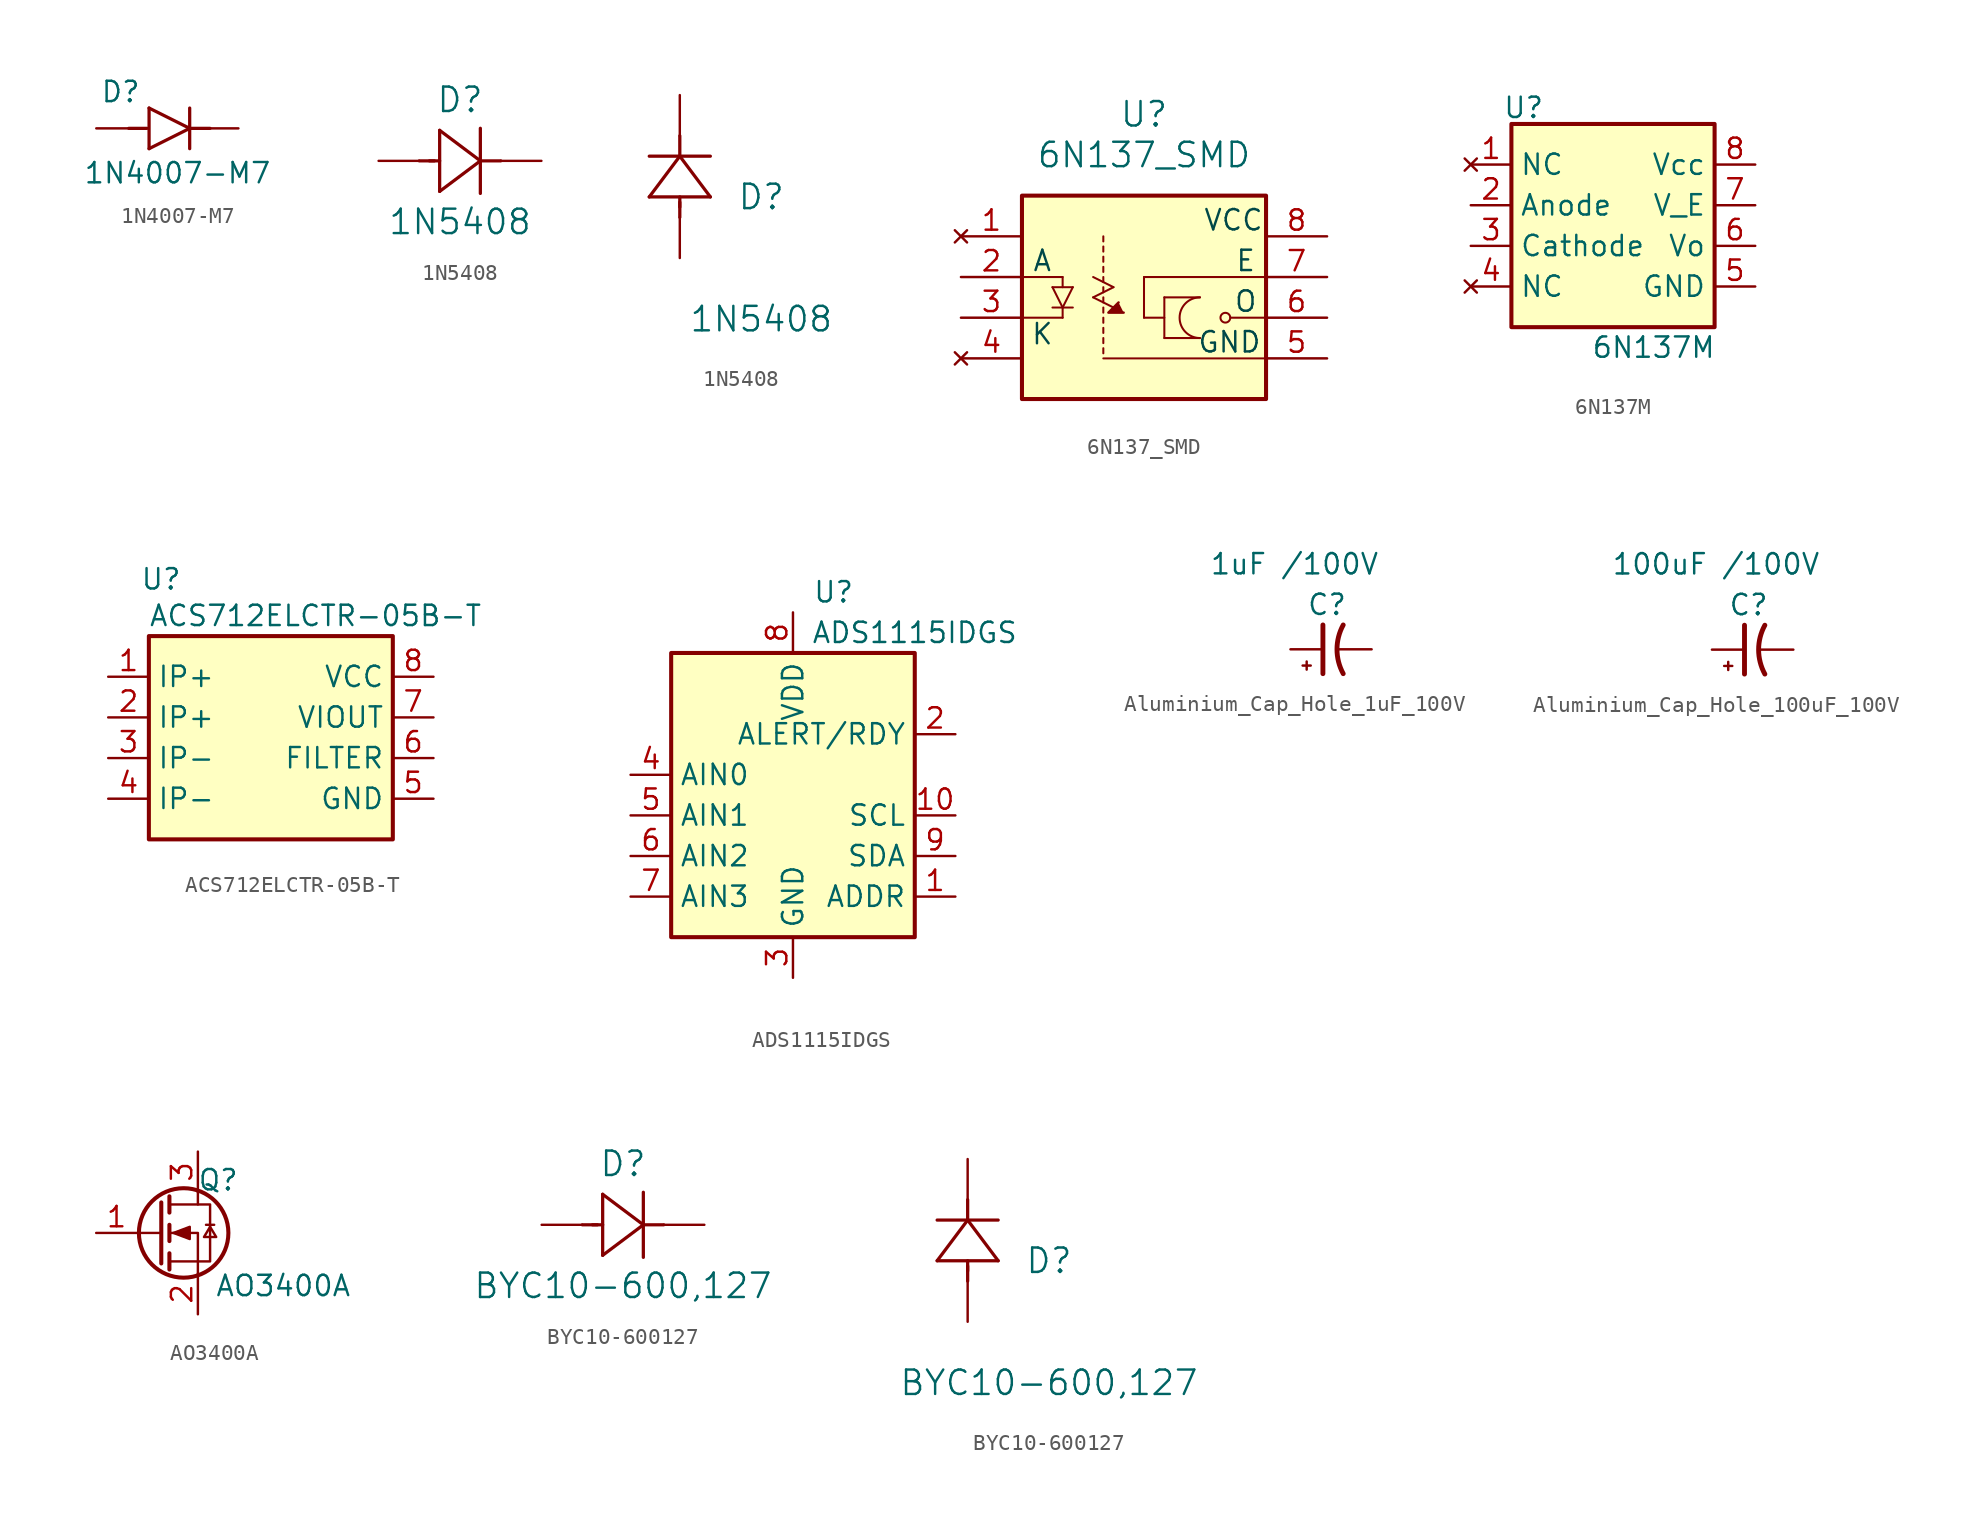
<source format=kicad_sym>
(kicad_symbol_lib
  (version 20231120)
  (generator "kicad_symbol_editor")
  (generator_version "8.0")
  (symbol "1N4007-M7"
    (pin_numbers hide)
    (pin_names hide)
    (property "Reference" "D"
      (at -1.016 2.286 0)
      (effects (font (size 1.27 1.27))))
    (property "Value" "1N4007-M7"
      (at 2.54 -2.794 0)
      (effects (font (size 1.27 1.27))))
    (symbol "1N4007-M7_0_1"
      (polyline (pts (xy -0.508 0) (xy 0.635 0)) (stroke (width 0.203) (type default)) (fill (type none)))
      (polyline (pts (xy 0.762 -1.27) (xy 3.302 0)) (stroke (width 0.203) (type default)) (fill (type none)))
      (polyline (pts (xy 0.762 1.27) (xy 0.762 -1.27)) (stroke (width 0.203) (type default)) (fill (type none)))
      (polyline (pts (xy 3.302 -1.27) (xy 3.302 1.27)) (stroke (width 0.203) (type default)) (fill (type none)))
      (polyline (pts (xy 3.302 0) (xy 0.762 1.27)) (stroke (width 0.203) (type default)) (fill (type none)))
      (polyline (pts (xy 3.302 0) (xy 4.572 0)) (stroke (width 0.203) (type default)) (fill (type none))))
    (symbol "1N4007-M7_1_1"
      (pin unspecified line (at -2.54 0 0) (length 2.54) (name "A" (effects (font (size 1.27 1.27)))) (number "1" (effects (font (size 1.27 1.27)))))
      (pin unspecified line (at 6.35 0 180) (length 2.54) (name "K" (effects (font (size 1.27 1.27)))) (number "2" (effects (font (size 1.27 1.27)))))))
  (symbol "1N5408"
    (pin_numbers hide)
    (pin_names
      (offset 0.254) hide)
    (property "Reference" "D"
      (at 5.08 3.81 0)
      (effects (font (size 1.524 1.524))))
    (property "Value" "1N5408"
      (at 5.08 -3.81 0)
      (effects (font (size 1.524 1.524))))
    (symbol "1N5408_1_1"
      (polyline (pts (xy 2.54 0) (xy 3.48 0)) (stroke (width 0.203) (type default)) (fill (type none)))
      (polyline (pts (xy 3.175 0) (xy 3.81 0)) (stroke (width 0.203) (type default)) (fill (type none)))
      (polyline (pts (xy 3.81 -1.905) (xy 6.35 0)) (stroke (width 0.203) (type default)) (fill (type none)))
      (polyline (pts (xy 3.81 1.905) (xy 3.81 -1.905)) (stroke (width 0.203) (type default)) (fill (type none)))
      (polyline (pts (xy 6.35 -2.032) (xy 6.35 2.032)) (stroke (width 0.203) (type default)) (fill (type none)))
      (polyline (pts (xy 6.35 0) (xy 3.81 1.905)) (stroke (width 0.203) (type default)) (fill (type none)))
      (polyline (pts (xy 6.35 0) (xy 7.62 0)) (stroke (width 0.203) (type default)) (fill (type none)))
      (pin unspecified line (at 10.16 0 180) (length 2.54) (name "" (effects (font (size 1.27 1.27)))) (number "1" (effects (font (size 1.27 1.27)))))
      (pin unspecified line (at 0 0 0) (length 2.54) (name "" (effects (font (size 1.27 1.27)))) (number "2" (effects (font (size 1.27 1.27))))))
    (symbol "1N5408_1_2"
      (polyline (pts (xy -1.905 3.81) (xy 1.905 3.81)) (stroke (width 0.203) (type default)) (fill (type none)))
      (polyline (pts (xy 0 2.54) (xy 0 3.48)) (stroke (width 0.203) (type default)) (fill (type none)))
      (polyline (pts (xy 0 3.175) (xy 0 3.81)) (stroke (width 0.203) (type default)) (fill (type none)))
      (polyline (pts (xy 0 6.35) (xy -1.905 3.81)) (stroke (width 0.203) (type default)) (fill (type none)))
      (polyline (pts (xy 0 6.35) (xy 0 7.62)) (stroke (width 0.203) (type default)) (fill (type none)))
      (polyline (pts (xy 1.905 3.81) (xy 0 6.35)) (stroke (width 0.203) (type default)) (fill (type none)))
      (polyline (pts (xy 1.905 6.35) (xy -1.905 6.35)) (stroke (width 0.203) (type default)) (fill (type none)))
      (pin unspecified line (at 0 10.16 270) (length 2.54) (name "" (effects (font (size 1.27 1.27)))) (number "1" (effects (font (size 1.27 1.27)))))
      (pin unspecified line (at 0 0 90) (length 2.54) (name "" (effects (font (size 1.27 1.27)))) (number "2" (effects (font (size 1.27 1.27)))))))
  (symbol "6N137_SMD"
    (pin_names
      (offset 0.254) hide)
    (property "Reference" "U"
      (at 7.62 17.78 0)
      (effects (font (size 1.524 1.524))))
    (property "Value" "6N137_SMD"
      (at 7.62 15.24 0)
      (effects (font (size 1.524 1.524))))
    (symbol "6N137_SMD_0_1"
      (polyline (pts (xy 0 5.08) (xy 2.54 5.08)) (stroke (width 0.127) (type default)) (fill (type none)))
      (polyline (pts (xy 0 7.62) (xy 2.54 7.62)) (stroke (width 0.127) (type default)) (fill (type none)))
      (polyline (pts (xy 1.905 5.715) (xy 3.175 5.715)) (stroke (width 0.127) (type default)) (fill (type none)))
      (polyline (pts (xy 1.905 6.985) (xy 3.175 6.985)) (stroke (width 0.127) (type default)) (fill (type none)))
      (polyline (pts (xy 2.54 5.08) (xy 2.54 5.715)) (stroke (width 0.127) (type default)) (fill (type none)))
      (polyline (pts (xy 2.54 5.715) (xy 1.905 6.985)) (stroke (width 0.127) (type default)) (fill (type none)))
      (polyline (pts (xy 2.54 7.62) (xy 2.54 6.985)) (stroke (width 0.127) (type default)) (fill (type none)))
      (polyline (pts (xy 3.175 6.985) (xy 2.54 5.715)) (stroke (width 0.127) (type default)) (fill (type none)))
      (polyline (pts (xy 4.445 6.35) (xy 5.715 5.715)) (stroke (width 0.127) (type default)) (fill (type none)))
      (polyline (pts (xy 4.445 7.62) (xy 5.715 6.985)) (stroke (width 0.127) (type default)) (fill (type none)))
      (polyline (pts (xy 5.08 2.857) (xy 5.08 3.175)) (stroke (width 0.127) (type default)) (fill (type none)))
      (polyline (pts (xy 5.08 3.493) (xy 5.08 3.81)) (stroke (width 0.127) (type default)) (fill (type none)))
      (polyline (pts (xy 5.08 4.128) (xy 5.08 4.445)) (stroke (width 0.127) (type default)) (fill (type none)))
      (polyline (pts (xy 5.08 4.763) (xy 5.08 5.08)) (stroke (width 0.127) (type default)) (fill (type none)))
      (polyline (pts (xy 5.08 5.397) (xy 5.08 5.715)) (stroke (width 0.127) (type default)) (fill (type none)))
      (polyline (pts (xy 5.08 6.032) (xy 5.08 6.35)) (stroke (width 0.127) (type default)) (fill (type none)))
      (polyline (pts (xy 5.08 6.668) (xy 5.08 6.985)) (stroke (width 0.127) (type default)) (fill (type none)))
      (polyline (pts (xy 5.08 7.303) (xy 5.08 7.62)) (stroke (width 0.127) (type default)) (fill (type none)))
      (polyline (pts (xy 5.08 7.938) (xy 5.08 8.255)) (stroke (width 0.127) (type default)) (fill (type none)))
      (polyline (pts (xy 5.08 8.89) (xy 5.08 8.572)) (stroke (width 0.127) (type default)) (fill (type none)))
      (polyline (pts (xy 5.08 9.525) (xy 5.08 9.207)) (stroke (width 0.127) (type default)) (fill (type none)))
      (polyline (pts (xy 5.08 9.842) (xy 5.08 10.16)) (stroke (width 0.127) (type default)) (fill (type none)))
      (polyline (pts (xy 5.715 6.985) (xy 4.445 6.35)) (stroke (width 0.127) (type default)) (fill (type none)))
      (polyline (pts (xy 7.62 5.08) (xy 7.62 7.62)) (stroke (width 0.127) (type default)) (fill (type none)))
      (polyline (pts (xy 7.62 7.62) (xy 15.24 7.62)) (stroke (width 0.127) (type default)) (fill (type none)))
      (polyline (pts (xy 8.89 3.81) (xy 11.113 3.81)) (stroke (width 0.127) (type default)) (fill (type none)))
      (polyline (pts (xy 8.89 5.08) (xy 7.62 5.08)) (stroke (width 0.127) (type default)) (fill (type none)))
      (polyline (pts (xy 8.89 6.35) (xy 8.89 3.81)) (stroke (width 0.127) (type default)) (fill (type none)))
      (polyline (pts (xy 8.89 6.35) (xy 11.113 6.35)) (stroke (width 0.127) (type default)) (fill (type none)))
      (polyline (pts (xy 15.24 2.54) (xy 5.08 2.54)) (stroke (width 0.127) (type default)) (fill (type none)))
      (polyline (pts (xy 15.24 5.08) (xy 13.018 5.08)) (stroke (width 0.127) (type default)) (fill (type none)))
      (polyline (pts (xy 6.032 6.032) (xy 5.397 5.397) (xy 6.35 5.397)) (stroke (width 0) (type default)) (fill (type outline)))
      (arc (start 11.1125 6.35) (mid 9.843 5.08) (end 11.1125 3.81) (stroke (width 0.127) (type default)) (fill (type none)))
      (circle (center 12.7 5.08) (radius 0.305) (stroke (width 0.127) (type default)) (fill (type none)))
      (pin no_connect line (at -3.81 10.16 0) (length 3.81) (name "NC" (effects (font (size 1.27 1.27)))) (number "1" (effects (font (size 1.27 1.27)))))
      (pin unspecified line (at -3.81 7.62 0) (length 3.81) (name "ANODE" (effects (font (size 1.27 1.27)))) (number "2" (effects (font (size 1.27 1.27)))))
      (pin unspecified line (at -3.81 5.08 0) (length 3.81) (name "CATHODE" (effects (font (size 1.27 1.27)))) (number "3" (effects (font (size 1.27 1.27)))))
      (pin no_connect line (at -3.81 2.54 0) (length 3.81) (name "NC" (effects (font (size 1.27 1.27)))) (number "4" (effects (font (size 1.27 1.27)))))
      (pin power_out line (at 19.05 2.54 180) (length 3.81) (name "GND" (effects (font (size 1.27 1.27)))) (number "5" (effects (font (size 1.27 1.27)))))
      (pin unspecified line (at 19.05 5.08 180) (length 3.81) (name "VO" (effects (font (size 1.27 1.27)))) (number "6" (effects (font (size 1.27 1.27)))))
      (pin unspecified line (at 19.05 7.62 180) (length 3.81) (name "VE" (effects (font (size 1.27 1.27)))) (number "7" (effects (font (size 1.27 1.27)))))
      (pin power_in line (at 19.05 10.16 180) (length 3.81) (name "VCC" (effects (font (size 1.27 1.27)))) (number "8" (effects (font (size 1.27 1.27))))))
    (symbol "6N137_SMD_1_1"
      (rectangle (start 0 12.7) (end 15.24 0) (stroke (width 0.254) (type default)) (fill (type background)))
      (text "A" (at 1.27 8.636 0) (effects (font (size 1.27 1.27) (color 0 72 72 1))))
      (text "E" (at 13.97 8.636 0) (effects (font (size 1.27 1.27) (color 0 72 72 1))))
      (text "GND" (at 12.954 3.556 0) (effects (font (size 1.27 1.27) (color 0 72 72 1))))
      (text "K" (at 1.27 4.064 0) (effects (font (size 1.27 1.27) (color 0 72 72 1))))
      (text "O" (at 13.97 6.096 0) (effects (font (size 1.27 1.27) (color 0 72 72 1))))
      (text "VCC" (at 13.208 11.176 0) (effects (font (size 1.27 1.27) (color 0 72 72 1))))))
  (symbol "6N137M"
    (property "Reference" "U"
      (at 0.762 13.716 0)
      (effects (font (size 1.27 1.27))))
    (property "Value" "6N137M"
      (at 8.89 -1.27 0)
      (effects (font (size 1.27 1.27))))
    (symbol "6N137M_1_1"
      (rectangle (start 0 12.7) (end 12.7 0) (stroke (width 0.254) (type default)) (fill (type background)))
      (pin no_connect line (at -2.54 10.16 0) (length 2.54) (name "NC" (effects (font (size 1.27 1.27)))) (number "1" (effects (font (size 1.27 1.27)))))
      (pin input line (at -2.54 7.62 0) (length 2.54) (name "Anode" (effects (font (size 1.27 1.27)))) (number "2" (effects (font (size 1.27 1.27)))))
      (pin input line (at -2.54 5.08 0) (length 2.54) (name "Cathode" (effects (font (size 1.27 1.27)))) (number "3" (effects (font (size 1.27 1.27)))))
      (pin no_connect line (at -2.54 2.54 0) (length 2.54) (name "NC" (effects (font (size 1.27 1.27)))) (number "4" (effects (font (size 1.27 1.27)))))
      (pin open_emitter line (at 15.24 2.54 180) (length 2.54) (name "GND" (effects (font (size 1.27 1.27)))) (number "5" (effects (font (size 1.27 1.27)))))
      (pin open_collector line (at 15.24 5.08 180) (length 2.54) (name "Vo" (effects (font (size 1.27 1.27)))) (number "6" (effects (font (size 1.27 1.27)))))
      (pin power_in line (at 15.24 7.62 180) (length 2.54) (name "V_E" (effects (font (size 1.27 1.27)))) (number "7" (effects (font (size 1.27 1.27)))))
      (pin power_in line (at 15.24 10.16 180) (length 2.54) (name "Vcc" (effects (font (size 1.27 1.27)))) (number "8" (effects (font (size 1.27 1.27)))))))
  (symbol "ACS712ELCTR-05B-T"
    (property "Reference" "U"
      (at 0.762 16.256 0)
      (effects (font (size 1.27 1.27))))
    (property "Value" "ACS712ELCTR-05B-T"
      (at 10.414 13.97 0)
      (effects (font (size 1.27 1.27))))
    (symbol "ACS712ELCTR-05B-T_0_1"
      (rectangle (start 0 12.7) (end 15.24 0) (stroke (width 0.254) (type default)) (fill (type background))))
    (symbol "ACS712ELCTR-05B-T_1_1"
      (pin input line (at -2.54 10.16 0) (length 2.54) (name "IP+" (effects (font (size 1.27 1.27)))) (number "1" (effects (font (size 1.27 1.27)))))
      (pin input line (at -2.54 7.62 0) (length 2.54) (name "IP+" (effects (font (size 1.27 1.27)))) (number "2" (effects (font (size 1.27 1.27)))))
      (pin input line (at -2.54 5.08 0) (length 2.54) (name "IP-" (effects (font (size 1.27 1.27)))) (number "3" (effects (font (size 1.27 1.27)))))
      (pin input line (at -2.54 2.54 0) (length 2.54) (name "IP-" (effects (font (size 1.27 1.27)))) (number "4" (effects (font (size 1.27 1.27)))))
      (pin power_in line (at 17.78 2.54 180) (length 2.54) (name "GND" (effects (font (size 1.27 1.27)))) (number "5" (effects (font (size 1.27 1.27)))))
      (pin input line (at 17.78 5.08 180) (length 2.54) (name "FILTER" (effects (font (size 1.27 1.27)))) (number "6" (effects (font (size 1.27 1.27)))))
      (pin output line (at 17.78 7.62 180) (length 2.54) (name "VIOUT" (effects (font (size 1.27 1.27)))) (number "7" (effects (font (size 1.27 1.27)))))
      (pin power_in line (at 17.78 10.16 180) (length 2.54) (name "VCC" (effects (font (size 1.27 1.27)))) (number "8" (effects (font (size 1.27 1.27)))))))
  (symbol "ADS1115IDGS"
    (property "Reference" "U"
      (at 10.16 21.59 0)
      (effects (font (size 1.27 1.27))))
    (property "Value" "ADS1115IDGS"
      (at 15.24 19.05 0)
      (effects (font (size 1.27 1.27))))
    (symbol "ADS1115IDGS_0_1"
      (rectangle (start 0 17.78) (end 15.24 0) (stroke (width 0.254) (type default)) (fill (type background))))
    (symbol "ADS1115IDGS_1_1"
      (pin input line (at 17.78 2.54 180) (length 2.54) (name "ADDR" (effects (font (size 1.27 1.27)))) (number "1" (effects (font (size 1.27 1.27)))))
      (pin input line (at 17.78 7.62 180) (length 2.54) (name "SCL" (effects (font (size 1.27 1.27)))) (number "10" (effects (font (size 1.27 1.27)))))
      (pin output line (at 17.78 12.7 180) (length 2.54) (name "ALERT/RDY" (effects (font (size 1.27 1.27)))) (number "2" (effects (font (size 1.27 1.27)))))
      (pin power_in line (at 7.62 -2.54 90) (length 2.54) (name "GND" (effects (font (size 1.27 1.27)))) (number "3" (effects (font (size 1.27 1.27)))))
      (pin input line (at -2.54 10.16 0) (length 2.54) (name "AIN0" (effects (font (size 1.27 1.27)))) (number "4" (effects (font (size 1.27 1.27)))))
      (pin input line (at -2.54 7.62 0) (length 2.54) (name "AIN1" (effects (font (size 1.27 1.27)))) (number "5" (effects (font (size 1.27 1.27)))))
      (pin input line (at -2.54 5.08 0) (length 2.54) (name "AIN2" (effects (font (size 1.27 1.27)))) (number "6" (effects (font (size 1.27 1.27)))))
      (pin input line (at -2.54 2.54 0) (length 2.54) (name "AIN3" (effects (font (size 1.27 1.27)))) (number "7" (effects (font (size 1.27 1.27)))))
      (pin power_in line (at 7.62 20.32 270) (length 2.54) (name "VDD" (effects (font (size 1.27 1.27)))) (number "8" (effects (font (size 1.27 1.27)))))
      (pin bidirectional line (at 17.78 5.08 180) (length 2.54) (name "SDA" (effects (font (size 1.27 1.27)))) (number "9" (effects (font (size 1.27 1.27)))))))
  (symbol "Aluminium_Cap_Hole_1uF_100V"
    (pin_numbers hide)
    (pin_names hide)
    (property "Reference" "C"
      (at 2.286 2.794 0)
      (effects (font (size 1.27 1.27))))
    (property "Value" "1uF /100V"
      (at 0.254 5.334 0)
      (effects (font (size 1.27 1.27))))
    (symbol "Aluminium_Cap_Hole_1uF_100V_0_1"
      (polyline (pts (xy 1.016 -1.27) (xy 1.016 -0.762)) (stroke (width 0) (type default)) (fill (type none)))
      (polyline (pts (xy 1.27 -1.016) (xy 0.762 -1.016)) (stroke (width 0) (type default)) (fill (type none)))
      (polyline (pts (xy 2.032 -1.524) (xy 2.032 1.524)) (stroke (width 0.305) (type default)) (fill (type none)))
      (arc (start 3.302 1.524) (mid 2.9134 0) (end 3.302 -1.524) (stroke (width 0.3048) (type default)) (fill (type none))))
    (symbol "Aluminium_Cap_Hole_1uF_100V_1_1"
      (pin passive line (at 0 0 0) (length 2.032) (name "~" (effects (font (size 1.27 1.27)))) (number "1" (effects (font (size 1.27 1.27)))))
      (pin passive line (at 5.08 0 180) (length 2.032) (name "~" (effects (font (size 1.27 1.27)))) (number "2" (effects (font (size 1.27 1.27)))))))
  (symbol "Aluminium_Cap_Hole_100uF_100V"
    (pin_numbers hide)
    (pin_names hide)
    (property "Reference" "C"
      (at 2.286 2.794 0)
      (effects (font (size 1.27 1.27))))
    (property "Value" "100uF /100V"
      (at 0.254 5.334 0)
      (effects (font (size 1.27 1.27))))
    (symbol "Aluminium_Cap_Hole_100uF_100V_0_1"
      (polyline (pts (xy 1.016 -1.27) (xy 1.016 -0.762)) (stroke (width 0) (type default)) (fill (type none)))
      (polyline (pts (xy 1.27 -1.016) (xy 0.762 -1.016)) (stroke (width 0) (type default)) (fill (type none)))
      (polyline (pts (xy 2.032 -1.524) (xy 2.032 1.524)) (stroke (width 0.305) (type default)) (fill (type none)))
      (arc (start 3.302 1.524) (mid 2.9134 0) (end 3.302 -1.524) (stroke (width 0.3048) (type default)) (fill (type none))))
    (symbol "Aluminium_Cap_Hole_100uF_100V_1_1"
      (pin passive line (at 0 0 0) (length 2.032) (name "~" (effects (font (size 1.27 1.27)))) (number "1" (effects (font (size 1.27 1.27)))))
      (pin passive line (at 5.08 0 180) (length 2.032) (name "~" (effects (font (size 1.27 1.27)))) (number "2" (effects (font (size 1.27 1.27)))))))
  (symbol "AO3400A "
    (pin_names hide)
    (property "Reference" "Q"
      (at 8.89 3.302 0)
      (effects (font (size 1.27 1.27))))
    (property "Value" "AO3400A "
      (at 12.954 -3.302 0)
      (effects (font (size 1.27 1.27))))
    (symbol "AO3400A _0_1"
      (polyline (pts (xy 5.334 0) (xy 4.064 0)) (stroke (width 0) (type default)) (fill (type none)))
      (polyline (pts (xy 5.334 1.905) (xy 5.334 -1.905)) (stroke (width 0.254) (type default)) (fill (type none)))
      (polyline (pts (xy 5.842 -1.27) (xy 5.842 -2.286)) (stroke (width 0.254) (type default)) (fill (type none)))
      (polyline (pts (xy 5.842 0.508) (xy 5.842 -0.508)) (stroke (width 0.254) (type default)) (fill (type none)))
      (polyline (pts (xy 5.842 2.286) (xy 5.842 1.27)) (stroke (width 0.254) (type default)) (fill (type none)))
      (polyline (pts (xy 7.62 2.54) (xy 7.62 1.778)) (stroke (width 0) (type default)) (fill (type none)))
      (polyline (pts (xy 8.636 0.508) (xy 8.128 0.508)) (stroke (width 0) (type default)) (fill (type none)))
      (polyline (pts (xy 7.62 -2.54) (xy 7.62 0) (xy 5.842 0)) (stroke (width 0) (type default)) (fill (type none)))
      (polyline (pts (xy 5.842 -1.778) (xy 8.382 -1.778) (xy 8.382 1.778) (xy 5.842 1.778)) (stroke (width 0) (type default)) (fill (type none)))
      (polyline (pts (xy 6.096 0) (xy 7.112 0.381) (xy 7.112 -0.381) (xy 6.096 0)) (stroke (width 0) (type default)) (fill (type outline)))
      (polyline (pts (xy 8.382 0.381) (xy 8.001 -0.254) (xy 8.763 -0.254) (xy 8.382 0.381)) (stroke (width 0) (type default)) (fill (type none)))
      (circle (center 6.731 0) (radius 2.794) (stroke (width 0.254) (type default)) (fill (type none))))
    (symbol "AO3400A _1_1"
      (pin input line (at 1.27 0 0) (length 2.54) (name "G" (effects (font (size 1.27 1.27)))) (number "1" (effects (font (size 1.27 1.27)))))
      (pin passive line (at 7.62 -5.08 90) (length 2.54) (name "S" (effects (font (size 1.27 1.27)))) (number "2" (effects (font (size 1.27 1.27)))))
      (pin passive line (at 7.62 5.08 270) (length 2.54) (name "D" (effects (font (size 1.27 1.27)))) (number "3" (effects (font (size 1.27 1.27)))))))
  (symbol "BYC10-600127"
    (pin_numbers hide)
    (pin_names
      (offset 0.254) hide)
    (property "Reference" "D"
      (at 5.08 3.81 0)
      (effects (font (size 1.524 1.524))))
    (property "Value" "BYC10-600,127"
      (at 5.08 -3.81 0)
      (effects (font (size 1.524 1.524))))
    (symbol "BYC10-600127_1_1"
      (polyline (pts (xy 2.54 0) (xy 3.48 0)) (stroke (width 0.203) (type default)) (fill (type none)))
      (polyline (pts (xy 3.175 0) (xy 3.81 0)) (stroke (width 0.203) (type default)) (fill (type none)))
      (polyline (pts (xy 3.81 -1.905) (xy 6.35 0)) (stroke (width 0.203) (type default)) (fill (type none)))
      (polyline (pts (xy 3.81 1.905) (xy 3.81 -1.905)) (stroke (width 0.203) (type default)) (fill (type none)))
      (polyline (pts (xy 6.35 -2.032) (xy 6.35 2.032)) (stroke (width 0.203) (type default)) (fill (type none)))
      (polyline (pts (xy 6.35 0) (xy 3.81 1.905)) (stroke (width 0.203) (type default)) (fill (type none)))
      (polyline (pts (xy 6.35 0) (xy 7.62 0)) (stroke (width 0.203) (type default)) (fill (type none)))
      (pin unspecified line (at 10.16 0 180) (length 2.54) (name "" (effects (font (size 1.27 1.27)))) (number "1" (effects (font (size 1.27 1.27)))))
      (pin unspecified line (at 0 0 0) (length 2.54) (name "" (effects (font (size 1.27 1.27)))) (number "2" (effects (font (size 1.27 1.27))))))
    (symbol "BYC10-600127_1_2"
      (polyline (pts (xy -1.905 3.81) (xy 1.905 3.81)) (stroke (width 0.203) (type default)) (fill (type none)))
      (polyline (pts (xy 0 2.54) (xy 0 3.48)) (stroke (width 0.203) (type default)) (fill (type none)))
      (polyline (pts (xy 0 3.175) (xy 0 3.81)) (stroke (width 0.203) (type default)) (fill (type none)))
      (polyline (pts (xy 0 6.35) (xy -1.905 3.81)) (stroke (width 0.203) (type default)) (fill (type none)))
      (polyline (pts (xy 0 6.35) (xy 0 7.62)) (stroke (width 0.203) (type default)) (fill (type none)))
      (polyline (pts (xy 1.905 3.81) (xy 0 6.35)) (stroke (width 0.203) (type default)) (fill (type none)))
      (polyline (pts (xy 1.905 6.35) (xy -1.905 6.35)) (stroke (width 0.203) (type default)) (fill (type none)))
      (pin unspecified line (at 0 10.16 270) (length 2.54) (name "" (effects (font (size 1.27 1.27)))) (number "1" (effects (font (size 1.27 1.27)))))
      (pin unspecified line (at 0 0 90) (length 2.54) (name "" (effects (font (size 1.27 1.27)))) (number "2" (effects (font (size 1.27 1.27))))))))
</source>
